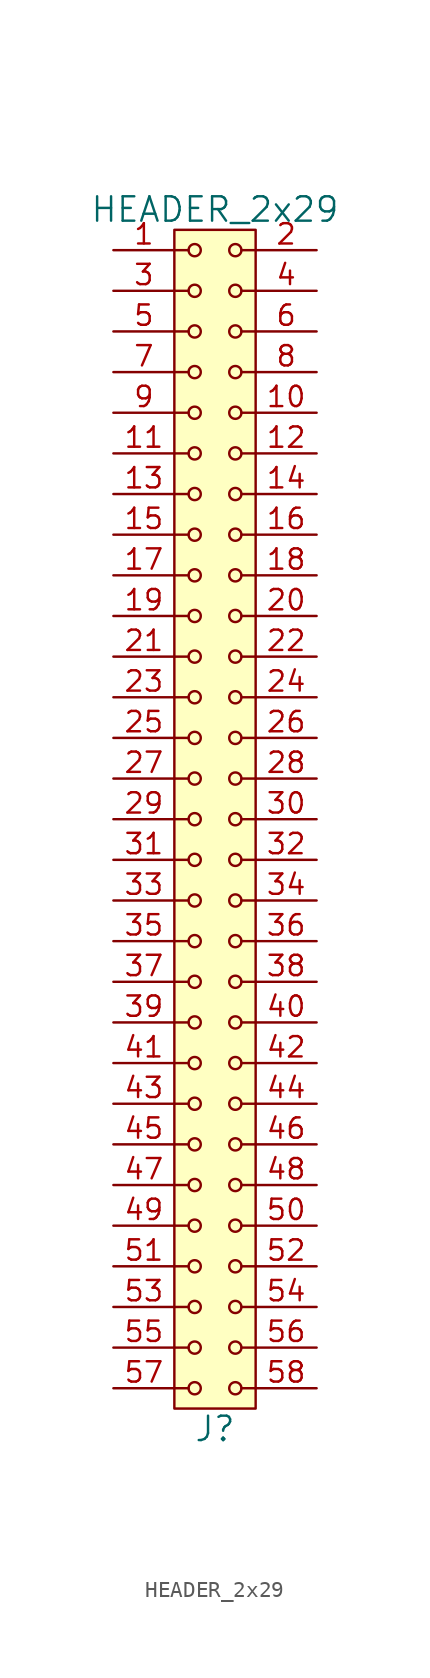
<source format=kicad_sym>
(kicad_symbol_lib
  (version 20211014)
  (generator kicad_symbol_editor)
  (symbol "HEADER_2x29"
    (pin_names
      (offset 1.016))
    (property "Reference" "J"
      (at 0 -38.1 0)
      (effects (font (size 1.524 1.524))))
    (property "Value" "HEADER_2x29"
      (at 0 38.1 0)
      (effects (font (size 1.524 1.524))))
    (property "Footprint" ""
      (at 0 35.56 0)
      (effects (font (size 1.524 1.524))))
    (property "Datasheet" ""
      (at 0 35.56 0)
      (effects (font (size 1.524 1.524))))
    (symbol "HEADER_2x29_0_1"
      (rectangle (start -2.54 36.83) (end 2.54 -36.83) (stroke (width 0) (type default) (color 0 0 0 0)) (fill (type background)))
      (circle (center -1.27 -35.56) (radius 0.381) (stroke (width 0) (type default) (color 0 0 0 0)) (fill (type none)))
      (circle (center -1.27 -33.02) (radius 0.381) (stroke (width 0) (type default) (color 0 0 0 0)) (fill (type none)))
      (circle (center -1.27 -30.48) (radius 0.381) (stroke (width 0) (type default) (color 0 0 0 0)) (fill (type none)))
      (circle (center -1.27 -27.94) (radius 0.381) (stroke (width 0) (type default) (color 0 0 0 0)) (fill (type none)))
      (circle (center -1.27 -25.4) (radius 0.381) (stroke (width 0) (type default) (color 0 0 0 0)) (fill (type none)))
      (circle (center -1.27 -22.86) (radius 0.381) (stroke (width 0) (type default) (color 0 0 0 0)) (fill (type none)))
      (circle (center -1.27 -20.32) (radius 0.381) (stroke (width 0) (type default) (color 0 0 0 0)) (fill (type none)))
      (circle (center -1.27 -17.78) (radius 0.381) (stroke (width 0) (type default) (color 0 0 0 0)) (fill (type none)))
      (circle (center -1.27 -15.24) (radius 0.381) (stroke (width 0) (type default) (color 0 0 0 0)) (fill (type none)))
      (circle (center -1.27 -12.7) (radius 0.381) (stroke (width 0) (type default) (color 0 0 0 0)) (fill (type none)))
      (circle (center -1.27 -10.16) (radius 0.381) (stroke (width 0) (type default) (color 0 0 0 0)) (fill (type none)))
      (circle (center -1.27 -7.62) (radius 0.381) (stroke (width 0) (type default) (color 0 0 0 0)) (fill (type none)))
      (circle (center -1.27 -5.08) (radius 0.381) (stroke (width 0) (type default) (color 0 0 0 0)) (fill (type none)))
      (circle (center -1.27 -2.54) (radius 0.381) (stroke (width 0) (type default) (color 0 0 0 0)) (fill (type none)))
      (circle (center -1.27 0) (radius 0.381) (stroke (width 0) (type default) (color 0 0 0 0)) (fill (type none)))
      (circle (center -1.27 2.54) (radius 0.381) (stroke (width 0) (type default) (color 0 0 0 0)) (fill (type none)))
      (circle (center -1.27 5.08) (radius 0.381) (stroke (width 0) (type default) (color 0 0 0 0)) (fill (type none)))
      (circle (center -1.27 7.62) (radius 0.381) (stroke (width 0) (type default) (color 0 0 0 0)) (fill (type none)))
      (circle (center -1.27 10.16) (radius 0.381) (stroke (width 0) (type default) (color 0 0 0 0)) (fill (type none)))
      (circle (center -1.27 12.7) (radius 0.381) (stroke (width 0) (type default) (color 0 0 0 0)) (fill (type none)))
      (circle (center -1.27 15.24) (radius 0.381) (stroke (width 0) (type default) (color 0 0 0 0)) (fill (type none)))
      (circle (center -1.27 17.78) (radius 0.381) (stroke (width 0) (type default) (color 0 0 0 0)) (fill (type none)))
      (circle (center -1.27 20.32) (radius 0.381) (stroke (width 0) (type default) (color 0 0 0 0)) (fill (type none)))
      (circle (center -1.27 22.86) (radius 0.381) (stroke (width 0) (type default) (color 0 0 0 0)) (fill (type none)))
      (circle (center -1.27 25.4) (radius 0.381) (stroke (width 0) (type default) (color 0 0 0 0)) (fill (type none)))
      (circle (center -1.27 27.94) (radius 0.381) (stroke (width 0) (type default) (color 0 0 0 0)) (fill (type none)))
      (circle (center -1.27 30.48) (radius 0.381) (stroke (width 0) (type default) (color 0 0 0 0)) (fill (type none)))
      (circle (center -1.27 33.02) (radius 0.381) (stroke (width 0) (type default) (color 0 0 0 0)) (fill (type none)))
      (circle (center -1.27 35.56) (radius 0.381) (stroke (width 0) (type default) (color 0 0 0 0)) (fill (type none)))
      (polyline (pts (xy -1.651 -35.56) (xy -2.54 -35.56)) (stroke (width 0) (type default) (color 0 0 0 0)) (fill (type none)))
      (polyline (pts (xy -1.651 -33.02) (xy -2.54 -33.02)) (stroke (width 0) (type default) (color 0 0 0 0)) (fill (type none)))
      (polyline (pts (xy -1.651 -30.48) (xy -2.54 -30.48)) (stroke (width 0) (type default) (color 0 0 0 0)) (fill (type none)))
      (polyline (pts (xy -1.651 -27.94) (xy -2.54 -27.94)) (stroke (width 0) (type default) (color 0 0 0 0)) (fill (type none)))
      (polyline (pts (xy -1.651 -25.4) (xy -2.54 -25.4)) (stroke (width 0) (type default) (color 0 0 0 0)) (fill (type none)))
      (polyline (pts (xy -1.651 -22.86) (xy -2.54 -22.86)) (stroke (width 0) (type default) (color 0 0 0 0)) (fill (type none)))
      (polyline (pts (xy -1.651 -20.32) (xy -2.54 -20.32)) (stroke (width 0) (type default) (color 0 0 0 0)) (fill (type none)))
      (polyline (pts (xy -1.651 -17.78) (xy -2.54 -17.78)) (stroke (width 0) (type default) (color 0 0 0 0)) (fill (type none)))
      (polyline (pts (xy -1.651 -15.24) (xy -2.54 -15.24)) (stroke (width 0) (type default) (color 0 0 0 0)) (fill (type none)))
      (polyline (pts (xy -1.651 -12.7) (xy -2.54 -12.7)) (stroke (width 0) (type default) (color 0 0 0 0)) (fill (type none)))
      (polyline (pts (xy -1.651 -10.16) (xy -2.54 -10.16)) (stroke (width 0) (type default) (color 0 0 0 0)) (fill (type none)))
      (polyline (pts (xy -1.651 -7.62) (xy -2.54 -7.62)) (stroke (width 0) (type default) (color 0 0 0 0)) (fill (type none)))
      (polyline (pts (xy -1.651 -5.08) (xy -2.54 -5.08)) (stroke (width 0) (type default) (color 0 0 0 0)) (fill (type none)))
      (polyline (pts (xy -1.651 -2.54) (xy -2.54 -2.54)) (stroke (width 0) (type default) (color 0 0 0 0)) (fill (type none)))
      (polyline (pts (xy -1.651 0) (xy -2.54 0)) (stroke (width 0) (type default) (color 0 0 0 0)) (fill (type none)))
      (polyline (pts (xy -1.651 2.54) (xy -2.54 2.54)) (stroke (width 0) (type default) (color 0 0 0 0)) (fill (type none)))
      (polyline (pts (xy -1.651 5.08) (xy -2.54 5.08)) (stroke (width 0) (type default) (color 0 0 0 0)) (fill (type none)))
      (polyline (pts (xy -1.651 7.62) (xy -2.54 7.62)) (stroke (width 0) (type default) (color 0 0 0 0)) (fill (type none)))
      (polyline (pts (xy -1.651 10.16) (xy -2.54 10.16)) (stroke (width 0) (type default) (color 0 0 0 0)) (fill (type none)))
      (polyline (pts (xy -1.651 12.7) (xy -2.54 12.7)) (stroke (width 0) (type default) (color 0 0 0 0)) (fill (type none)))
      (polyline (pts (xy -1.651 15.24) (xy -2.54 15.24)) (stroke (width 0) (type default) (color 0 0 0 0)) (fill (type none)))
      (polyline (pts (xy -1.651 17.78) (xy -2.54 17.78)) (stroke (width 0) (type default) (color 0 0 0 0)) (fill (type none)))
      (polyline (pts (xy -1.651 20.32) (xy -2.54 20.32)) (stroke (width 0) (type default) (color 0 0 0 0)) (fill (type none)))
      (polyline (pts (xy -1.651 22.86) (xy -2.54 22.86)) (stroke (width 0) (type default) (color 0 0 0 0)) (fill (type none)))
      (polyline (pts (xy -1.651 25.4) (xy -2.54 25.4)) (stroke (width 0) (type default) (color 0 0 0 0)) (fill (type none)))
      (polyline (pts (xy -1.651 27.94) (xy -2.54 27.94)) (stroke (width 0) (type default) (color 0 0 0 0)) (fill (type none)))
      (polyline (pts (xy -1.651 30.48) (xy -2.54 30.48)) (stroke (width 0) (type default) (color 0 0 0 0)) (fill (type none)))
      (polyline (pts (xy -1.651 33.02) (xy -2.54 33.02)) (stroke (width 0) (type default) (color 0 0 0 0)) (fill (type none)))
      (polyline (pts (xy -1.651 35.56) (xy -2.54 35.56)) (stroke (width 0) (type default) (color 0 0 0 0)) (fill (type none)))
      (polyline (pts (xy 1.651 -35.56) (xy 2.54 -35.56)) (stroke (width 0) (type default) (color 0 0 0 0)) (fill (type none)))
      (polyline (pts (xy 1.651 -33.02) (xy 2.54 -33.02)) (stroke (width 0) (type default) (color 0 0 0 0)) (fill (type none)))
      (polyline (pts (xy 1.651 -30.48) (xy 2.54 -30.48)) (stroke (width 0) (type default) (color 0 0 0 0)) (fill (type none)))
      (polyline (pts (xy 1.651 -27.94) (xy 2.54 -27.94)) (stroke (width 0) (type default) (color 0 0 0 0)) (fill (type none)))
      (polyline (pts (xy 1.651 -25.4) (xy 2.54 -25.4)) (stroke (width 0) (type default) (color 0 0 0 0)) (fill (type none)))
      (polyline (pts (xy 1.651 -22.86) (xy 2.54 -22.86)) (stroke (width 0) (type default) (color 0 0 0 0)) (fill (type none)))
      (polyline (pts (xy 1.651 -20.32) (xy 2.54 -20.32)) (stroke (width 0) (type default) (color 0 0 0 0)) (fill (type none)))
      (polyline (pts (xy 1.651 -17.78) (xy 2.54 -17.78)) (stroke (width 0) (type default) (color 0 0 0 0)) (fill (type none)))
      (polyline (pts (xy 1.651 -15.24) (xy 2.54 -15.24)) (stroke (width 0) (type default) (color 0 0 0 0)) (fill (type none)))
      (polyline (pts (xy 1.651 -12.7) (xy 2.54 -12.7)) (stroke (width 0) (type default) (color 0 0 0 0)) (fill (type none)))
      (polyline (pts (xy 1.651 -10.16) (xy 2.54 -10.16)) (stroke (width 0) (type default) (color 0 0 0 0)) (fill (type none)))
      (polyline (pts (xy 1.651 -7.62) (xy 2.54 -7.62)) (stroke (width 0) (type default) (color 0 0 0 0)) (fill (type none)))
      (polyline (pts (xy 1.651 -5.08) (xy 2.54 -5.08)) (stroke (width 0) (type default) (color 0 0 0 0)) (fill (type none)))
      (polyline (pts (xy 1.651 -2.54) (xy 2.54 -2.54)) (stroke (width 0) (type default) (color 0 0 0 0)) (fill (type none)))
      (polyline (pts (xy 1.651 0) (xy 2.54 0)) (stroke (width 0) (type default) (color 0 0 0 0)) (fill (type none)))
      (polyline (pts (xy 1.651 2.54) (xy 2.54 2.54)) (stroke (width 0) (type default) (color 0 0 0 0)) (fill (type none)))
      (polyline (pts (xy 1.651 5.08) (xy 2.54 5.08)) (stroke (width 0) (type default) (color 0 0 0 0)) (fill (type none)))
      (polyline (pts (xy 1.651 7.62) (xy 2.54 7.62)) (stroke (width 0) (type default) (color 0 0 0 0)) (fill (type none)))
      (polyline (pts (xy 1.651 10.16) (xy 2.54 10.16)) (stroke (width 0) (type default) (color 0 0 0 0)) (fill (type none)))
      (polyline (pts (xy 1.651 12.7) (xy 2.54 12.7)) (stroke (width 0) (type default) (color 0 0 0 0)) (fill (type none)))
      (polyline (pts (xy 1.651 15.24) (xy 2.54 15.24)) (stroke (width 0) (type default) (color 0 0 0 0)) (fill (type none)))
      (polyline (pts (xy 1.651 17.78) (xy 2.54 17.78)) (stroke (width 0) (type default) (color 0 0 0 0)) (fill (type none)))
      (polyline (pts (xy 1.651 20.32) (xy 2.54 20.32)) (stroke (width 0) (type default) (color 0 0 0 0)) (fill (type none)))
      (polyline (pts (xy 1.651 22.86) (xy 2.54 22.86)) (stroke (width 0) (type default) (color 0 0 0 0)) (fill (type none)))
      (polyline (pts (xy 1.651 25.4) (xy 2.54 25.4)) (stroke (width 0) (type default) (color 0 0 0 0)) (fill (type none)))
      (polyline (pts (xy 1.651 27.94) (xy 2.54 27.94)) (stroke (width 0) (type default) (color 0 0 0 0)) (fill (type none)))
      (polyline (pts (xy 1.651 30.48) (xy 2.54 30.48)) (stroke (width 0) (type default) (color 0 0 0 0)) (fill (type none)))
      (polyline (pts (xy 1.651 33.02) (xy 2.54 33.02)) (stroke (width 0) (type default) (color 0 0 0 0)) (fill (type none)))
      (polyline (pts (xy 1.651 35.56) (xy 2.54 35.56)) (stroke (width 0) (type default) (color 0 0 0 0)) (fill (type none)))
      (circle (center 1.27 -35.56) (radius 0.381) (stroke (width 0) (type default) (color 0 0 0 0)) (fill (type none)))
      (circle (center 1.27 -33.02) (radius 0.381) (stroke (width 0) (type default) (color 0 0 0 0)) (fill (type none)))
      (circle (center 1.27 -30.48) (radius 0.381) (stroke (width 0) (type default) (color 0 0 0 0)) (fill (type none)))
      (circle (center 1.27 -27.94) (radius 0.381) (stroke (width 0) (type default) (color 0 0 0 0)) (fill (type none)))
      (circle (center 1.27 -25.4) (radius 0.381) (stroke (width 0) (type default) (color 0 0 0 0)) (fill (type none)))
      (circle (center 1.27 -22.86) (radius 0.381) (stroke (width 0) (type default) (color 0 0 0 0)) (fill (type none)))
      (circle (center 1.27 -20.32) (radius 0.381) (stroke (width 0) (type default) (color 0 0 0 0)) (fill (type none)))
      (circle (center 1.27 -17.78) (radius 0.381) (stroke (width 0) (type default) (color 0 0 0 0)) (fill (type none)))
      (circle (center 1.27 -15.24) (radius 0.381) (stroke (width 0) (type default) (color 0 0 0 0)) (fill (type none)))
      (circle (center 1.27 -12.7) (radius 0.381) (stroke (width 0) (type default) (color 0 0 0 0)) (fill (type none)))
      (circle (center 1.27 -10.16) (radius 0.381) (stroke (width 0) (type default) (color 0 0 0 0)) (fill (type none)))
      (circle (center 1.27 -7.62) (radius 0.381) (stroke (width 0) (type default) (color 0 0 0 0)) (fill (type none)))
      (circle (center 1.27 -5.08) (radius 0.381) (stroke (width 0) (type default) (color 0 0 0 0)) (fill (type none)))
      (circle (center 1.27 -2.54) (radius 0.381) (stroke (width 0) (type default) (color 0 0 0 0)) (fill (type none)))
      (circle (center 1.27 0) (radius 0.381) (stroke (width 0) (type default) (color 0 0 0 0)) (fill (type none)))
      (circle (center 1.27 2.54) (radius 0.381) (stroke (width 0) (type default) (color 0 0 0 0)) (fill (type none)))
      (circle (center 1.27 5.08) (radius 0.381) (stroke (width 0) (type default) (color 0 0 0 0)) (fill (type none)))
      (circle (center 1.27 7.62) (radius 0.381) (stroke (width 0) (type default) (color 0 0 0 0)) (fill (type none)))
      (circle (center 1.27 10.16) (radius 0.381) (stroke (width 0) (type default) (color 0 0 0 0)) (fill (type none)))
      (circle (center 1.27 12.7) (radius 0.381) (stroke (width 0) (type default) (color 0 0 0 0)) (fill (type none)))
      (circle (center 1.27 15.24) (radius 0.381) (stroke (width 0) (type default) (color 0 0 0 0)) (fill (type none)))
      (circle (center 1.27 17.78) (radius 0.381) (stroke (width 0) (type default) (color 0 0 0 0)) (fill (type none)))
      (circle (center 1.27 20.32) (radius 0.381) (stroke (width 0) (type default) (color 0 0 0 0)) (fill (type none)))
      (circle (center 1.27 22.86) (radius 0.381) (stroke (width 0) (type default) (color 0 0 0 0)) (fill (type none)))
      (circle (center 1.27 25.4) (radius 0.381) (stroke (width 0) (type default) (color 0 0 0 0)) (fill (type none)))
      (circle (center 1.27 27.94) (radius 0.381) (stroke (width 0) (type default) (color 0 0 0 0)) (fill (type none)))
      (circle (center 1.27 30.48) (radius 0.381) (stroke (width 0) (type default) (color 0 0 0 0)) (fill (type none)))
      (circle (center 1.27 33.02) (radius 0.381) (stroke (width 0) (type default) (color 0 0 0 0)) (fill (type none)))
      (circle (center 1.27 35.56) (radius 0.381) (stroke (width 0) (type default) (color 0 0 0 0)) (fill (type none))))
    (symbol "HEADER_2x29_1_1"
      (pin input line (at -6.35 35.56 0) (length 3.81) (name "~" (effects (font (size 1.27 1.27)))) (number "1" (effects (font (size 1.27 1.27)))))
      (pin input line (at 6.35 25.4 180) (length 3.81) (name "~" (effects (font (size 1.27 1.27)))) (number "10" (effects (font (size 1.27 1.27)))))
      (pin input line (at -6.35 22.86 0) (length 3.81) (name "~" (effects (font (size 1.27 1.27)))) (number "11" (effects (font (size 1.27 1.27)))))
      (pin input line (at 6.35 22.86 180) (length 3.81) (name "~" (effects (font (size 1.27 1.27)))) (number "12" (effects (font (size 1.27 1.27)))))
      (pin input line (at -6.35 20.32 0) (length 3.81) (name "~" (effects (font (size 1.27 1.27)))) (number "13" (effects (font (size 1.27 1.27)))))
      (pin input line (at 6.35 20.32 180) (length 3.81) (name "~" (effects (font (size 1.27 1.27)))) (number "14" (effects (font (size 1.27 1.27)))))
      (pin input line (at -6.35 17.78 0) (length 3.81) (name "~" (effects (font (size 1.27 1.27)))) (number "15" (effects (font (size 1.27 1.27)))))
      (pin input line (at 6.35 17.78 180) (length 3.81) (name "~" (effects (font (size 1.27 1.27)))) (number "16" (effects (font (size 1.27 1.27)))))
      (pin input line (at -6.35 15.24 0) (length 3.81) (name "~" (effects (font (size 1.27 1.27)))) (number "17" (effects (font (size 1.27 1.27)))))
      (pin input line (at 6.35 15.24 180) (length 3.81) (name "~" (effects (font (size 1.27 1.27)))) (number "18" (effects (font (size 1.27 1.27)))))
      (pin input line (at -6.35 12.7 0) (length 3.81) (name "~" (effects (font (size 1.27 1.27)))) (number "19" (effects (font (size 1.27 1.27)))))
      (pin input line (at 6.35 35.56 180) (length 3.81) (name "~" (effects (font (size 1.27 1.27)))) (number "2" (effects (font (size 1.27 1.27)))))
      (pin input line (at 6.35 12.7 180) (length 3.81) (name "~" (effects (font (size 1.27 1.27)))) (number "20" (effects (font (size 1.27 1.27)))))
      (pin input line (at -6.35 10.16 0) (length 3.81) (name "~" (effects (font (size 1.27 1.27)))) (number "21" (effects (font (size 1.27 1.27)))))
      (pin input line (at 6.35 10.16 180) (length 3.81) (name "~" (effects (font (size 1.27 1.27)))) (number "22" (effects (font (size 1.27 1.27)))))
      (pin input line (at -6.35 7.62 0) (length 3.81) (name "~" (effects (font (size 1.27 1.27)))) (number "23" (effects (font (size 1.27 1.27)))))
      (pin input line (at 6.35 7.62 180) (length 3.81) (name "~" (effects (font (size 1.27 1.27)))) (number "24" (effects (font (size 1.27 1.27)))))
      (pin input line (at -6.35 5.08 0) (length 3.81) (name "~" (effects (font (size 1.27 1.27)))) (number "25" (effects (font (size 1.27 1.27)))))
      (pin input line (at 6.35 5.08 180) (length 3.81) (name "~" (effects (font (size 1.27 1.27)))) (number "26" (effects (font (size 1.27 1.27)))))
      (pin input line (at -6.35 2.54 0) (length 3.81) (name "~" (effects (font (size 1.27 1.27)))) (number "27" (effects (font (size 1.27 1.27)))))
      (pin input line (at 6.35 2.54 180) (length 3.81) (name "~" (effects (font (size 1.27 1.27)))) (number "28" (effects (font (size 1.27 1.27)))))
      (pin input line (at -6.35 0 0) (length 3.81) (name "~" (effects (font (size 1.27 1.27)))) (number "29" (effects (font (size 1.27 1.27)))))
      (pin input line (at -6.35 33.02 0) (length 3.81) (name "~" (effects (font (size 1.27 1.27)))) (number "3" (effects (font (size 1.27 1.27)))))
      (pin input line (at 6.35 0 180) (length 3.81) (name "~" (effects (font (size 1.27 1.27)))) (number "30" (effects (font (size 1.27 1.27)))))
      (pin input line (at -6.35 -2.54 0) (length 3.81) (name "~" (effects (font (size 1.27 1.27)))) (number "31" (effects (font (size 1.27 1.27)))))
      (pin input line (at 6.35 -2.54 180) (length 3.81) (name "~" (effects (font (size 1.27 1.27)))) (number "32" (effects (font (size 1.27 1.27)))))
      (pin input line (at -6.35 -5.08 0) (length 3.81) (name "~" (effects (font (size 1.27 1.27)))) (number "33" (effects (font (size 1.27 1.27)))))
      (pin input line (at 6.35 -5.08 180) (length 3.81) (name "~" (effects (font (size 1.27 1.27)))) (number "34" (effects (font (size 1.27 1.27)))))
      (pin input line (at -6.35 -7.62 0) (length 3.81) (name "~" (effects (font (size 1.27 1.27)))) (number "35" (effects (font (size 1.27 1.27)))))
      (pin input line (at 6.35 -7.62 180) (length 3.81) (name "~" (effects (font (size 1.27 1.27)))) (number "36" (effects (font (size 1.27 1.27)))))
      (pin input line (at -6.35 -10.16 0) (length 3.81) (name "~" (effects (font (size 1.27 1.27)))) (number "37" (effects (font (size 1.27 1.27)))))
      (pin input line (at 6.35 -10.16 180) (length 3.81) (name "~" (effects (font (size 1.27 1.27)))) (number "38" (effects (font (size 1.27 1.27)))))
      (pin input line (at -6.35 -12.7 0) (length 3.81) (name "~" (effects (font (size 1.27 1.27)))) (number "39" (effects (font (size 1.27 1.27)))))
      (pin input line (at 6.35 33.02 180) (length 3.81) (name "~" (effects (font (size 1.27 1.27)))) (number "4" (effects (font (size 1.27 1.27)))))
      (pin input line (at 6.35 -12.7 180) (length 3.81) (name "~" (effects (font (size 1.27 1.27)))) (number "40" (effects (font (size 1.27 1.27)))))
      (pin input line (at -6.35 -15.24 0) (length 3.81) (name "~" (effects (font (size 1.27 1.27)))) (number "41" (effects (font (size 1.27 1.27)))))
      (pin input line (at 6.35 -15.24 180) (length 3.81) (name "~" (effects (font (size 1.27 1.27)))) (number "42" (effects (font (size 1.27 1.27)))))
      (pin input line (at -6.35 -17.78 0) (length 3.81) (name "~" (effects (font (size 1.27 1.27)))) (number "43" (effects (font (size 1.27 1.27)))))
      (pin input line (at 6.35 -17.78 180) (length 3.81) (name "~" (effects (font (size 1.27 1.27)))) (number "44" (effects (font (size 1.27 1.27)))))
      (pin input line (at -6.35 -20.32 0) (length 3.81) (name "~" (effects (font (size 1.27 1.27)))) (number "45" (effects (font (size 1.27 1.27)))))
      (pin input line (at 6.35 -20.32 180) (length 3.81) (name "~" (effects (font (size 1.27 1.27)))) (number "46" (effects (font (size 1.27 1.27)))))
      (pin input line (at -6.35 -22.86 0) (length 3.81) (name "~" (effects (font (size 1.27 1.27)))) (number "47" (effects (font (size 1.27 1.27)))))
      (pin input line (at 6.35 -22.86 180) (length 3.81) (name "~" (effects (font (size 1.27 1.27)))) (number "48" (effects (font (size 1.27 1.27)))))
      (pin input line (at -6.35 -25.4 0) (length 3.81) (name "~" (effects (font (size 1.27 1.27)))) (number "49" (effects (font (size 1.27 1.27)))))
      (pin input line (at -6.35 30.48 0) (length 3.81) (name "~" (effects (font (size 1.27 1.27)))) (number "5" (effects (font (size 1.27 1.27)))))
      (pin input line (at 6.35 -25.4 180) (length 3.81) (name "~" (effects (font (size 1.27 1.27)))) (number "50" (effects (font (size 1.27 1.27)))))
      (pin input line (at -6.35 -27.94 0) (length 3.81) (name "~" (effects (font (size 1.27 1.27)))) (number "51" (effects (font (size 1.27 1.27)))))
      (pin input line (at 6.35 -27.94 180) (length 3.81) (name "~" (effects (font (size 1.27 1.27)))) (number "52" (effects (font (size 1.27 1.27)))))
      (pin input line (at -6.35 -30.48 0) (length 3.81) (name "~" (effects (font (size 1.27 1.27)))) (number "53" (effects (font (size 1.27 1.27)))))
      (pin input line (at 6.35 -30.48 180) (length 3.81) (name "~" (effects (font (size 1.27 1.27)))) (number "54" (effects (font (size 1.27 1.27)))))
      (pin input line (at -6.35 -33.02 0) (length 3.81) (name "~" (effects (font (size 1.27 1.27)))) (number "55" (effects (font (size 1.27 1.27)))))
      (pin input line (at 6.35 -33.02 180) (length 3.81) (name "~" (effects (font (size 1.27 1.27)))) (number "56" (effects (font (size 1.27 1.27)))))
      (pin input line (at -6.35 -35.56 0) (length 3.81) (name "~" (effects (font (size 1.27 1.27)))) (number "57" (effects (font (size 1.27 1.27)))))
      (pin input line (at 6.35 -35.56 180) (length 3.81) (name "~" (effects (font (size 1.27 1.27)))) (number "58" (effects (font (size 1.27 1.27)))))
      (pin input line (at 6.35 30.48 180) (length 3.81) (name "~" (effects (font (size 1.27 1.27)))) (number "6" (effects (font (size 1.27 1.27)))))
      (pin input line (at -6.35 27.94 0) (length 3.81) (name "~" (effects (font (size 1.27 1.27)))) (number "7" (effects (font (size 1.27 1.27)))))
      (pin input line (at 6.35 27.94 180) (length 3.81) (name "~" (effects (font (size 1.27 1.27)))) (number "8" (effects (font (size 1.27 1.27)))))
      (pin input line (at -6.35 25.4 0) (length 3.81) (name "~" (effects (font (size 1.27 1.27)))) (number "9" (effects (font (size 1.27 1.27))))))))
</source>
